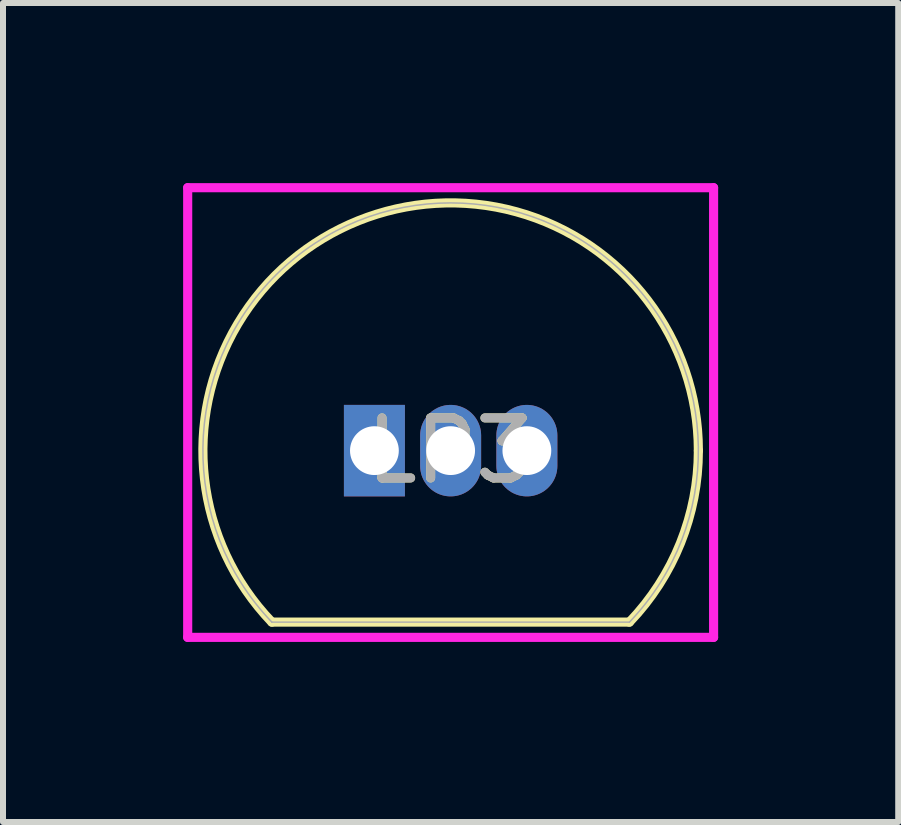
<source format=kicad_pcb>
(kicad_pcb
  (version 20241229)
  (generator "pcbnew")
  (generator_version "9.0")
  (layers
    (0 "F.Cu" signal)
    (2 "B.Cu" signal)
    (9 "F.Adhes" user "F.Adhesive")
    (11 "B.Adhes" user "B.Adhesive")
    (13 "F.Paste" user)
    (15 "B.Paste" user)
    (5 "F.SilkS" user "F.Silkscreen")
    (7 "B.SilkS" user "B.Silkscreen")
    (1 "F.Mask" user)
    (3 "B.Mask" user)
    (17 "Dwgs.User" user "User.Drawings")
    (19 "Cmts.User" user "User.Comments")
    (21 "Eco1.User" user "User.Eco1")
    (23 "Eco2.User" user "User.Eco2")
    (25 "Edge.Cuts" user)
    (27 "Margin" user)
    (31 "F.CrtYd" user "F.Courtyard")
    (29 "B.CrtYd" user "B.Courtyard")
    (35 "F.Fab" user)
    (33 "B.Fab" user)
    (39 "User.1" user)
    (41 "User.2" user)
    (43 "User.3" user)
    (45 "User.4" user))
  (footprint "LP3"
    (layer "F.Cu")
    (at 4.458 4.458)
    (property "Reference" "LP3" (at 0 0 0) (unlocked yes) (layer "F.SilkS") (effects (font (size 1 1) (thickness 0.15))))
    (attr through_hole)
    (fp_line (start -2.978 2.857) (end 2.978 2.857) (stroke (width 0.152) (type solid)) (layer "F.SilkS"))
    (fp_arc (start -2.978417 2.857497) (mid -1.539942 -3.82947) (end 4.1275 0) (stroke (width 0.1524) (type solid)) (layer "F.SilkS"))
    (fp_arc (start 4.1275 0) (mid 3.82947 1.539941) (end 2.978418 2.857496) (stroke (width 0.1524) (type solid)) (layer "F.SilkS"))
    (fp_line (start -4.381 -4.381) (end 4.381 -4.381) (stroke (width 0.152) (type solid)) (layer "F.CrtYd"))
    (fp_line (start -4.381 3.111) (end -4.381 -4.381) (stroke (width 0.152) (type solid)) (layer "F.CrtYd"))
    (fp_line (start 4.381 -4.381) (end 4.381 3.111) (stroke (width 0.152) (type solid)) (layer "F.CrtYd"))
    (fp_line (start 4.381 3.111) (end -4.381 3.111) (stroke (width 0.152) (type solid)) (layer "F.CrtYd"))
    (fp_line (start -2.978 2.857) (end 2.978 2.857) (stroke (width 0.025) (type solid)) (layer "F.Fab"))
    (fp_arc (start -2.978415 2.857499) (mid 0.000001 -4.1275) (end 2.978414 2.8575) (stroke (width 0.0254) (type solid)) (layer "F.Fab"))
    (fp_text user "${REFERENCE}" (at 0 0 0) (unlocked yes) (layer "F.Fab") (effects (font (size 1 1) (thickness 0.15))))
    (pad "1" thru_hole rect (at -1.27 0) (size 1.016 1.524) (drill 0.813) (layers "*.Cu" "*.Mask"))
    (pad "2" thru_hole oval (at 0 0) (size 1.016 1.524) (drill 0.813) (layers "*.Cu" "*.Mask"))
    (pad "3" thru_hole oval (at 1.27 0) (size 1.016 1.524) (drill 0.813) (layers "*.Cu" "*.Mask")))
  (gr_rect
    (start -3 -3)
    (end 11.915 10.645)
    (stroke (width 0.1) (type default))
    (fill no)
    (layer "Edge.Cuts")))
</source>
